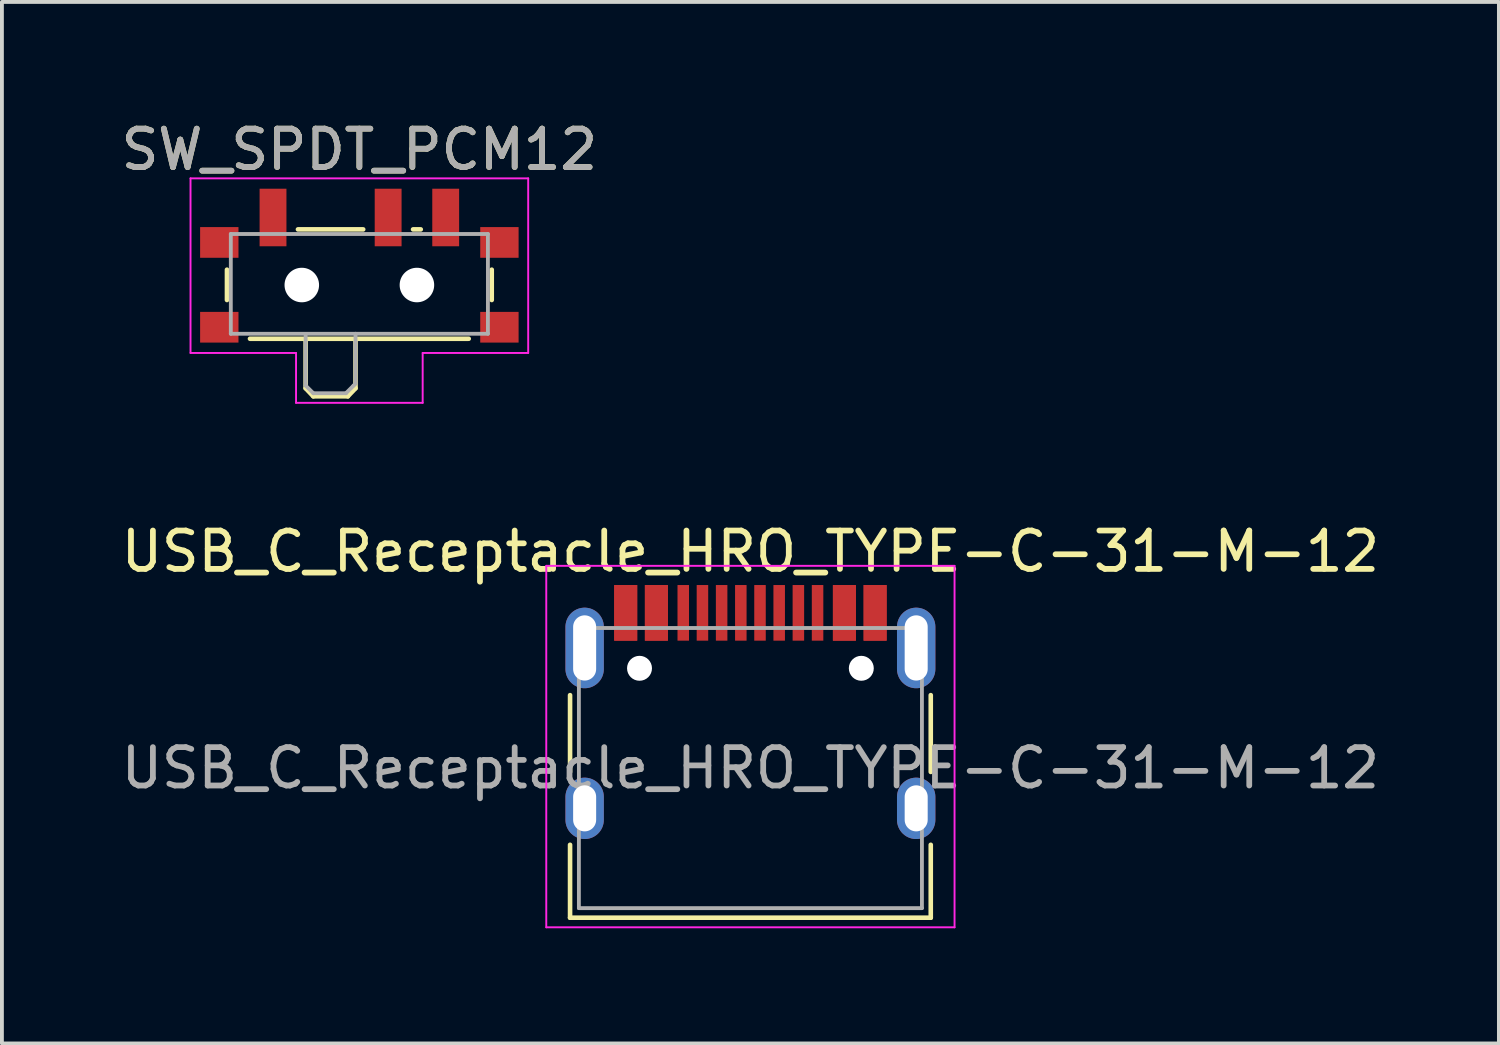
<source format=kicad_pcb>
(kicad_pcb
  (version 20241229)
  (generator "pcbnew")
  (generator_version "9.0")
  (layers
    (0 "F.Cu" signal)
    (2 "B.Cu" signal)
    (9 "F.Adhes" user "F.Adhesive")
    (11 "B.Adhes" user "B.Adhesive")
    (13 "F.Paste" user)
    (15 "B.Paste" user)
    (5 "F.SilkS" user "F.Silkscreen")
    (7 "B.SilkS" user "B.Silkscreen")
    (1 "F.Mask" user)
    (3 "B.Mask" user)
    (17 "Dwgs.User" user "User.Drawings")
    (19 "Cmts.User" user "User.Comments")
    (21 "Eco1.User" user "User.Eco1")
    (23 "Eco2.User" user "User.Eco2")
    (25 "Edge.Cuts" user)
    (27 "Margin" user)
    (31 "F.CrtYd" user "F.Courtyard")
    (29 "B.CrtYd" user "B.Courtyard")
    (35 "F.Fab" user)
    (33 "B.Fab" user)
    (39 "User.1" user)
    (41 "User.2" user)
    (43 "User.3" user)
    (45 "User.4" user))
  (footprint "USB_C_Receptacle_HRO_TYPE-C-31-M-12"
    (layer "F.Cu")
    (at 16.506 14.371)
    (property "Reference" "USB_C_Receptacle_HRO_TYPE-C-31-M-12" (at 0 -3.05 0) (layer "F.SilkS") (effects (font (size 1 1) (thickness 0.15))))
    (attr smd)
    (fp_line (start -4.7 0.695) (end -4.7 2.695) (stroke (width 0.12) (type solid)) (layer "F.SilkS"))
    (fp_line (start -4.7 4.595) (end -4.7 6.495) (stroke (width 0.12) (type solid)) (layer "F.SilkS"))
    (fp_line (start -4.7 6.495) (end 4.7 6.495) (stroke (width 0.12) (type solid)) (layer "F.SilkS"))
    (fp_line (start 4.7 0.695) (end 4.7 2.695) (stroke (width 0.12) (type solid)) (layer "F.SilkS"))
    (fp_line (start 4.7 4.595) (end 4.7 6.495) (stroke (width 0.12) (type solid)) (layer "F.SilkS"))
    (fp_line (start -5.32 -2.675) (end -5.32 6.745) (stroke (width 0.05) (type solid)) (layer "F.CrtYd"))
    (fp_line (start -5.32 -2.675) (end 5.32 -2.675) (stroke (width 0.05) (type solid)) (layer "F.CrtYd"))
    (fp_line (start -5.32 6.745) (end 5.32 6.745) (stroke (width 0.05) (type solid)) (layer "F.CrtYd"))
    (fp_line (start 5.32 -2.675) (end 5.32 6.745) (stroke (width 0.05) (type solid)) (layer "F.CrtYd"))
    (fp_line (start -4.47 -1.055) (end -4.47 6.245) (stroke (width 0.1) (type solid)) (layer "F.Fab"))
    (fp_line (start -4.47 -1.055) (end 4.47 -1.055) (stroke (width 0.1) (type solid)) (layer "F.Fab"))
    (fp_line (start -4.47 6.245) (end 4.47 6.245) (stroke (width 0.1) (type solid)) (layer "F.Fab"))
    (fp_line (start 4.47 -1.055) (end 4.47 6.245) (stroke (width 0.1) (type solid)) (layer "F.Fab"))
    (fp_text user "${REFERENCE}" (at 0 2.595 0) (layer "F.Fab") (effects (font (size 1 1) (thickness 0.15))))
    (pad "" np_thru_hole circle (at -2.89 -0.005) (size 0.65 0.65) (drill 0.65) (layers "*.Cu" "*.Mask"))
    (pad "" np_thru_hole circle (at 2.89 -0.005) (size 0.65 0.65) (drill 0.65) (layers "*.Cu" "*.Mask"))
    (pad "A1" smd rect (at -3.25 -1.45) (size 0.6 1.45) (layers "F.Cu" "F.Mask" "F.Paste"))
    (pad "A4" smd rect (at -2.45 -1.45) (size 0.6 1.45) (layers "F.Cu" "F.Mask" "F.Paste"))
    (pad "A5" smd rect (at -1.25 -1.45) (size 0.3 1.45) (layers "F.Cu" "F.Mask" "F.Paste"))
    (pad "A6" smd rect (at -0.25 -1.45) (size 0.3 1.45) (layers "F.Cu" "F.Mask" "F.Paste"))
    (pad "A7" smd rect (at 0.25 -1.45) (size 0.3 1.45) (layers "F.Cu" "F.Mask" "F.Paste"))
    (pad "A8" smd rect (at 1.25 -1.45) (size 0.3 1.45) (layers "F.Cu" "F.Mask" "F.Paste"))
    (pad "A9" smd rect (at 2.45 -1.45) (size 0.6 1.45) (layers "F.Cu" "F.Mask" "F.Paste"))
    (pad "A12" smd rect (at 3.25 -1.45) (size 0.6 1.45) (layers "F.Cu" "F.Mask" "F.Paste"))
    (pad "B1" smd rect (at 3.25 -1.45) (size 0.6 1.45) (layers "F.Cu" "F.Mask" "F.Paste"))
    (pad "B4" smd rect (at 2.45 -1.45) (size 0.6 1.45) (layers "F.Cu" "F.Mask" "F.Paste"))
    (pad "B5" smd rect (at 1.75 -1.45) (size 0.3 1.45) (layers "F.Cu" "F.Mask" "F.Paste"))
    (pad "B6" smd rect (at 0.75 -1.45) (size 0.3 1.45) (layers "F.Cu" "F.Mask" "F.Paste"))
    (pad "B7" smd rect (at -0.75 -1.45) (size 0.3 1.45) (layers "F.Cu" "F.Mask" "F.Paste"))
    (pad "B8" smd rect (at -1.75 -1.45) (size 0.3 1.45) (layers "F.Cu" "F.Mask" "F.Paste"))
    (pad "B9" smd rect (at -2.45 -1.45) (size 0.6 1.45) (layers "F.Cu" "F.Mask" "F.Paste"))
    (pad "B12" smd rect (at -3.25 -1.45) (size 0.6 1.45) (layers "F.Cu" "F.Mask" "F.Paste"))
    (pad "S1" thru_hole oval (at -4.32 -0.535) (size 1 2.1) (drill oval 0.6 1.7) (layers "*.Cu" "*.Mask"))
    (pad "S1" thru_hole oval (at -4.32 3.645) (size 1 1.6) (drill oval 0.6 1.2) (layers "*.Cu" "*.Mask"))
    (pad "S1" thru_hole oval (at 4.32 -0.535) (size 1 2.1) (drill oval 0.6 1.7) (layers "*.Cu" "*.Mask"))
    (pad "S1" thru_hole oval (at 4.32 3.645) (size 1 1.6) (drill oval 0.6 1.2) (layers "*.Cu" "*.Mask")))
  (footprint "SW_SPDT_PCM12"
    (layer "F.Cu")
    (at 6.315 3.929)
    (property "Reference" "SW_SPDT_PCM12" (at 0 -3.081 0) (layer "F.SilkS") (effects (font (size 1 1) (thickness 0.15))))
    (attr smd)
    (fp_line (start -3.45 0.049) (end -3.45 0.839) (stroke (width 0.12) (type solid)) (layer "F.SilkS"))
    (fp_line (start -2.85 1.849) (end 2.85 1.849) (stroke (width 0.12) (type solid)) (layer "F.SilkS"))
    (fp_line (start -1.6 -1.001) (end 0.1 -1.001) (stroke (width 0.12) (type solid)) (layer "F.SilkS"))
    (fp_line (start -1.4 1.849) (end -1.4 3.139) (stroke (width 0.12) (type solid)) (layer "F.SilkS"))
    (fp_line (start -1.4 3.139) (end -1.2 3.349) (stroke (width 0.12) (type solid)) (layer "F.SilkS"))
    (fp_line (start -1.2 3.349) (end -0.3 3.349) (stroke (width 0.12) (type solid)) (layer "F.SilkS"))
    (fp_line (start -0.1 3.139) (end -0.3 3.349) (stroke (width 0.12) (type solid)) (layer "F.SilkS"))
    (fp_line (start -0.1 3.139) (end -0.1 1.849) (stroke (width 0.12) (type solid)) (layer "F.SilkS"))
    (fp_line (start 1.4 -1.001) (end 1.6 -1.001) (stroke (width 0.12) (type solid)) (layer "F.SilkS"))
    (fp_line (start 3.45 0.839) (end 3.45 0.049) (stroke (width 0.12) (type solid)) (layer "F.SilkS"))
    (fp_line (start -4.4 -2.331) (end 4.4 -2.331) (stroke (width 0.05) (type solid)) (layer "F.CrtYd"))
    (fp_line (start -4.4 2.219) (end -4.4 -2.331) (stroke (width 0.05) (type solid)) (layer "F.CrtYd"))
    (fp_line (start -1.65 2.219) (end -4.4 2.219) (stroke (width 0.05) (type solid)) (layer "F.CrtYd"))
    (fp_line (start -1.65 3.519) (end -1.65 2.219) (stroke (width 0.05) (type solid)) (layer "F.CrtYd"))
    (fp_line (start 1.65 2.219) (end 1.65 3.519) (stroke (width 0.05) (type solid)) (layer "F.CrtYd"))
    (fp_line (start 1.65 3.519) (end -1.65 3.519) (stroke (width 0.05) (type solid)) (layer "F.CrtYd"))
    (fp_line (start 4.4 -2.331) (end 4.4 2.219) (stroke (width 0.05) (type solid)) (layer "F.CrtYd"))
    (fp_line (start 4.4 2.219) (end 1.65 2.219) (stroke (width 0.05) (type solid)) (layer "F.CrtYd"))
    (fp_line (start -3.35 -0.881) (end -3.35 1.719) (stroke (width 0.1) (type solid)) (layer "F.Fab"))
    (fp_line (start -3.35 1.719) (end 3.35 1.719) (stroke (width 0.1) (type solid)) (layer "F.Fab"))
    (fp_line (start -1.4 1.769) (end -1.4 3.069) (stroke (width 0.1) (type solid)) (layer "F.Fab"))
    (fp_line (start -1.4 3.069) (end -1.2 3.269) (stroke (width 0.1) (type solid)) (layer "F.Fab"))
    (fp_line (start -1.2 3.269) (end -0.35 3.269) (stroke (width 0.1) (type solid)) (layer "F.Fab"))
    (fp_line (start -0.35 3.269) (end -0.15 3.069) (stroke (width 0.1) (type solid)) (layer "F.Fab"))
    (fp_line (start -0.15 3.069) (end -0.1 3.019) (stroke (width 0.1) (type solid)) (layer "F.Fab"))
    (fp_line (start -0.1 3.019) (end -0.1 1.719) (stroke (width 0.1) (type solid)) (layer "F.Fab"))
    (fp_line (start 3.35 -0.881) (end -3.35 -0.881) (stroke (width 0.1) (type solid)) (layer "F.Fab"))
    (fp_line (start 3.35 1.719) (end 3.35 -0.881) (stroke (width 0.1) (type solid)) (layer "F.Fab"))
    (fp_text user "${REFERENCE}" (at 0 -3.081 0) (layer "F.Fab") (effects (font (size 1 1) (thickness 0.15))))
    (pad "" np_thru_hole circle (at -1.5 0.449) (size 0.9 0.9) (drill 0.9) (layers "*.Cu" "*.Mask"))
    (pad "" np_thru_hole circle (at 1.5 0.449) (size 0.9 0.9) (drill 0.9) (layers "*.Cu" "*.Mask"))
    (pad "1" smd rect (at -2.25 -1.311) (size 0.7 1.5) (layers "F.Cu" "F.Mask" "F.Paste"))
    (pad "2" smd rect (at 0.75 -1.311) (size 0.7 1.5) (layers "F.Cu" "F.Mask" "F.Paste"))
    (pad "3" smd rect (at 2.25 -1.311) (size 0.7 1.5) (layers "F.Cu" "F.Mask" "F.Paste"))
    (pad "MP" smd rect (at -3.65 -0.661) (size 1 0.8) (layers "F.Cu" "F.Mask" "F.Paste"))
    (pad "MP" smd rect (at -3.65 1.549) (size 1 0.8) (layers "F.Cu" "F.Mask" "F.Paste"))
    (pad "MP" smd rect (at 3.65 -0.661) (size 1 0.8) (layers "F.Cu" "F.Mask" "F.Paste"))
    (pad "MP" smd rect (at 3.65 1.549) (size 1 0.8) (layers "F.Cu" "F.Mask" "F.Paste")))
  (gr_rect
    (start -3 -3)
    (end 36.012 24.142)
    (stroke (width 0.1) (type default))
    (fill no)
    (layer "Edge.Cuts")))
</source>
